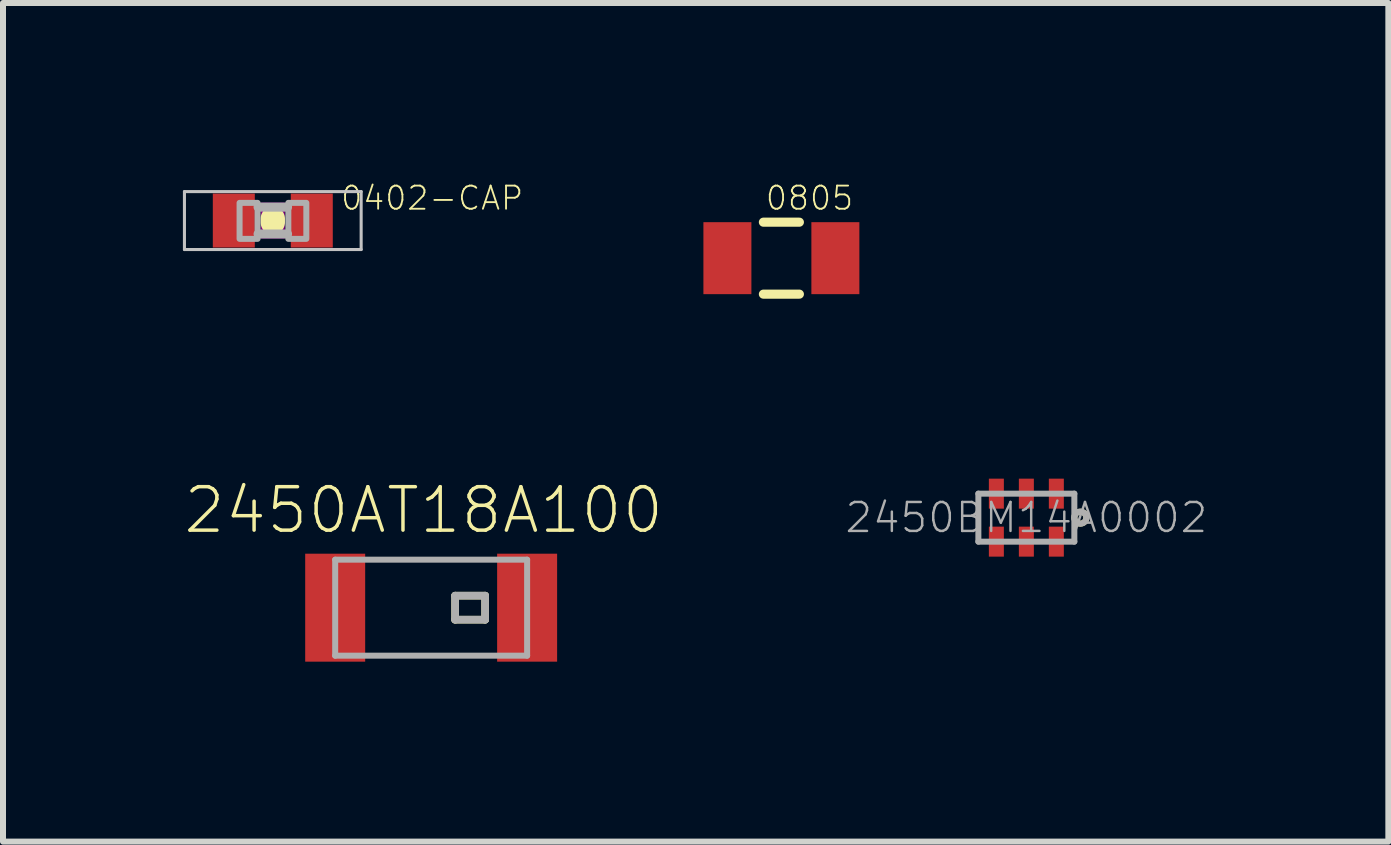
<source format=kicad_pcb>
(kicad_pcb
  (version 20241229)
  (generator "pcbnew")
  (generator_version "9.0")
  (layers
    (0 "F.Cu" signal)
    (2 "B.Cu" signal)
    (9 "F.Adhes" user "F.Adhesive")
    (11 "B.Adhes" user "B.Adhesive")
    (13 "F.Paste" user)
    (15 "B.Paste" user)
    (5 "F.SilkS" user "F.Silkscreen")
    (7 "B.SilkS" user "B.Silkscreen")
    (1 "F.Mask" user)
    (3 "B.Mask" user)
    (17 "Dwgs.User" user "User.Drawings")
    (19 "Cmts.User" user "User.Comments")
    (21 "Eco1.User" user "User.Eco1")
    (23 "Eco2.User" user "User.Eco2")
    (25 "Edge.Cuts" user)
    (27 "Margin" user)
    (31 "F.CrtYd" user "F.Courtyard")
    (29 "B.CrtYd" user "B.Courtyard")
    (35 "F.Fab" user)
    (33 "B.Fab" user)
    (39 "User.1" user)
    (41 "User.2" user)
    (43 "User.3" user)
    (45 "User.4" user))
  (footprint "0805"
    (layer "F.Cu")
    (at 9.977 1.254)
    (property "Reference" "0805" (at -0.287 -0.775 0) (layer "F.SilkS") (effects (font (size 0.386 0.386) (thickness 0.031)) (justify left bottom)))
    (attr through_hole)
    (fp_line (start -0.3 -0.6) (end 0.3 -0.6) (stroke (width 0.152) (type solid)) (layer "F.SilkS"))
    (fp_line (start -0.3 0.6) (end 0.3 0.6) (stroke (width 0.152) (type solid)) (layer "F.SilkS"))
    (pad "1" smd rect (at -0.9 0) (size 0.8 1.2) (layers "F.Cu" "F.Mask" "F.Paste"))
    (pad "2" smd rect (at 0.9 0) (size 0.8 1.2) (layers "F.Cu" "F.Mask" "F.Paste")))
  (footprint "2450AT18A100"
    (layer "F.Cu")
    (at 4.138 7.081)
    (property "Reference" "2450AT18A100" (at -0.125 -1.625 180) (layer "F.SilkS") (effects (font (size 0.724 0.724) (thickness 0.058))))
    (attr through_hole)
    (fp_line (start 0.4 -0.2) (end 0.4 0.2) (stroke (width 0.127) (type solid)) (layer "F.SilkS"))
    (fp_line (start 0.4 0.2) (end 0.9 0.2) (stroke (width 0.127) (type solid)) (layer "F.SilkS"))
    (fp_line (start 0.9 -0.2) (end 0.4 -0.2) (stroke (width 0.127) (type solid)) (layer "F.SilkS"))
    (fp_line (start 0.9 0.2) (end 0.9 -0.2) (stroke (width 0.127) (type solid)) (layer "F.SilkS"))
    (fp_line (start -1.6 -0.8) (end -1.6 0.8) (stroke (width 0.1) (type solid)) (layer "F.Fab"))
    (fp_line (start -1.6 0.8) (end 1.6 0.8) (stroke (width 0.1) (type solid)) (layer "F.Fab"))
    (fp_line (start 0.4 -0.2) (end 0.4 0.2) (stroke (width 0.127) (type solid)) (layer "F.Fab"))
    (fp_line (start 0.4 0.2) (end 0.9 0.2) (stroke (width 0.127) (type solid)) (layer "F.Fab"))
    (fp_line (start 0.9 -0.2) (end 0.4 -0.2) (stroke (width 0.127) (type solid)) (layer "F.Fab"))
    (fp_line (start 0.9 0.2) (end 0.9 -0.2) (stroke (width 0.127) (type solid)) (layer "F.Fab"))
    (fp_line (start 1.6 -0.8) (end -1.6 -0.8) (stroke (width 0.1) (type solid)) (layer "F.Fab"))
    (fp_line (start 1.6 0.8) (end 1.6 -0.8) (stroke (width 0.1) (type solid)) (layer "F.Fab"))
    (pad "1" smd rect (at 1.6 0) (size 1 1.8) (layers "F.Cu" "F.Mask" "F.Paste"))
    (pad "2" smd rect (at -1.6 0) (size 1 1.8) (layers "F.Cu" "F.Mask" "F.Paste")))
  (footprint "2450BM14A0002"
    (layer "F.Cu")
    (at 14.061 5.58)
    (property "Reference" "2450BM14A0002" (at 0 0 0) (layer "F.Fab") (effects (font (size 0.483 0.483) (thickness 0.041))))
    (attr through_hole)
    (fp_circle (center 0.9 0) (end 1 0) (stroke (width 0.1) (type solid)) (fill no) (layer "F.SilkS"))
    (fp_line (start -0.8 -0.4) (end -0.8 0.4) (stroke (width 0.1) (type solid)) (layer "F.Fab"))
    (fp_line (start -0.8 0.4) (end 0.8 0.4) (stroke (width 0.1) (type solid)) (layer "F.Fab"))
    (fp_line (start 0.8 -0.4) (end -0.8 -0.4) (stroke (width 0.1) (type solid)) (layer "F.Fab"))
    (fp_line (start 0.8 0.4) (end 0.8 -0.4) (stroke (width 0.1) (type solid)) (layer "F.Fab"))
    (fp_circle (center 0.9 0) (end 1 0) (stroke (width 0.1) (type solid)) (fill no) (layer "F.Fab"))
    (pad "1" smd rect (at 0.5 -0.4 90) (size 0.5 0.25) (layers "F.Cu" "F.Mask" "F.Paste"))
    (pad "2" smd rect (at 0 -0.4 90) (size 0.5 0.25) (layers "F.Cu" "F.Mask" "F.Paste"))
    (pad "3" smd rect (at -0.5 -0.4 90) (size 0.5 0.25) (layers "F.Cu" "F.Mask" "F.Paste"))
    (pad "4" smd rect (at -0.5 0.4 90) (size 0.5 0.25) (layers "F.Cu" "F.Mask" "F.Paste"))
    (pad "5" smd rect (at 0 0.4 90) (size 0.5 0.25) (layers "F.Cu" "F.Mask" "F.Paste"))
    (pad "6" smd rect (at 0.5 0.4 90) (size 0.5 0.25) (layers "F.Cu" "F.Mask" "F.Paste")))
  (footprint "0402-CAP"
    (layer "F.Cu")
    (at 1.498 0.627)
    (property "Reference" "0402-CAP" (at 1.111 -0.148 0) (layer "F.SilkS") (effects (font (size 0.386 0.386) (thickness 0.031)) (justify left bottom)))
    (attr through_hole)
    (fp_line (start 0 -0.03) (end 0 0.03) (stroke (width 0.406) (type solid)) (layer "F.SilkS"))
    (fp_poly (pts (xy -0.2 0.3) (xy 0.2 0.3) (xy 0.2 -0.3) (xy -0.2 -0.3)) (stroke (width 0) (type solid)) (fill yes) (layer "F.Adhes"))
    (fp_line (start -1.473 -0.483) (end 1.473 -0.483) (stroke (width 0.051) (type solid)) (layer "Dwgs.User"))
    (fp_line (start -1.473 0.483) (end -1.473 -0.483) (stroke (width 0.051) (type solid)) (layer "Dwgs.User"))
    (fp_line (start 1.473 -0.483) (end 1.473 0.483) (stroke (width 0.051) (type solid)) (layer "Dwgs.User"))
    (fp_line (start 1.473 0.483) (end -1.473 0.483) (stroke (width 0.051) (type solid)) (layer "Dwgs.User"))
    (fp_line (start -0.245 -0.224) (end 0.245 -0.224) (stroke (width 0.152) (type solid)) (layer "F.Fab"))
    (fp_line (start 0.245 0.224) (end -0.245 0.224) (stroke (width 0.152) (type solid)) (layer "F.Fab"))
    (fp_poly (pts (xy -0.554 0.305) (xy -0.254 0.305) (xy -0.254 -0.295) (xy -0.554 -0.295)) (stroke (width 0.1) (type solid)) (fill no) (layer "F.Fab"))
    (fp_poly (pts (xy 0.259 0.305) (xy 0.559 0.305) (xy 0.559 -0.295) (xy 0.259 -0.295)) (stroke (width 0.1) (type solid)) (fill no) (layer "F.Fab"))
    (pad "1" smd rect (at -0.65 0) (size 0.7 0.9) (layers "F.Cu" "F.Mask" "F.Paste"))
    (pad "2" smd rect (at 0.65 0) (size 0.7 0.9) (layers "F.Cu" "F.Mask" "F.Paste")))
  (gr_rect
    (start -3 -3)
    (end 20.096 10.981)
    (stroke (width 0.1) (type default))
    (fill no)
    (layer "Edge.Cuts")))
</source>
